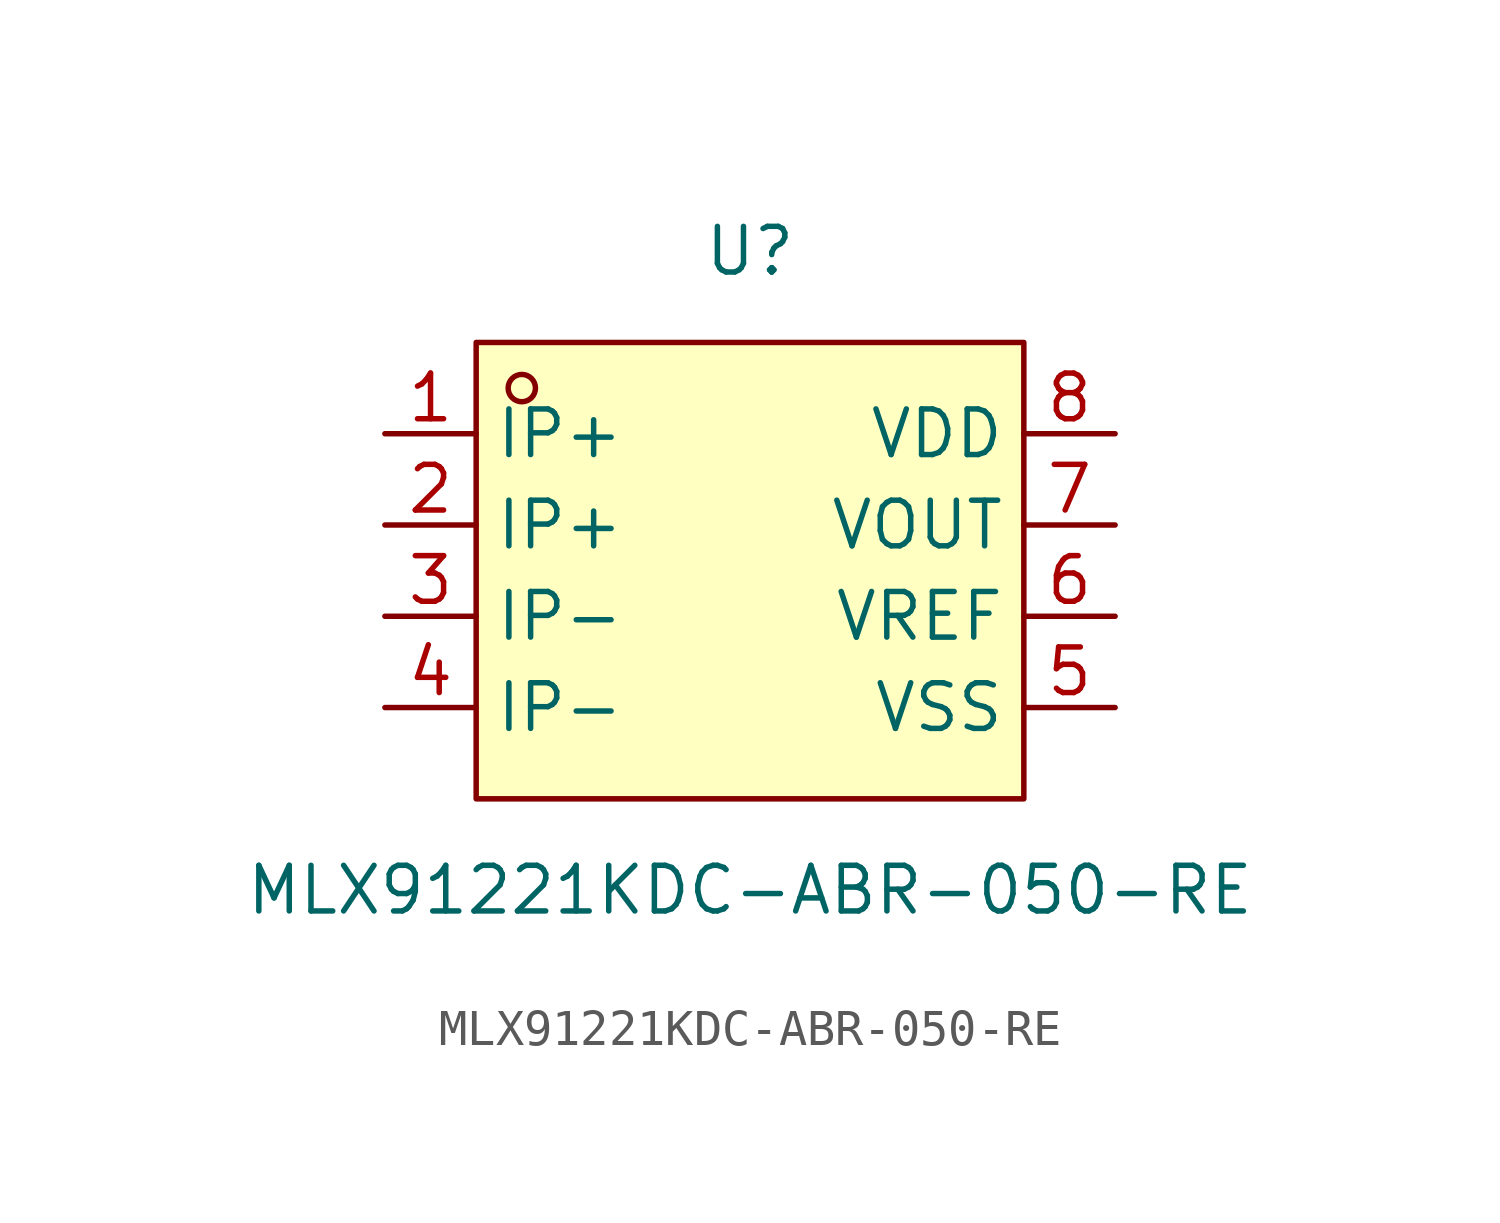
<source format=kicad_sym>
(kicad_symbol_lib
  (version 20211014)
  (generator https://github.com/uPesy/easyeda2kicad.py)
  (symbol "MLX91221KDC-ABR-050-RE"
    (property "Reference" "U"
      (at 0 10.16 0)
      (effects (font (size 1.27 1.27))))
    (property "Value" "MLX91221KDC-ABR-050-RE"
      (at 0 -7.62 0)
      (effects (font (size 1.27 1.27))))
    (symbol "MLX91221KDC-ABR-050-RE_0_1"
      (rectangle (start -7.62 7.62) (end 7.62 -5.08) (stroke (width 0) (type default) (color 0 0 0 0)) (fill (type background)))
      (circle (center -6.35 6.35) (radius 0.38) (stroke (width 0) (type default) (color 0 0 0 0)) (fill (type none)))
      (pin unspecified line (at 10.16 5.08 180) (length 2.54) (name "VDD" (effects (font (size 1.27 1.27)))) (number "8" (effects (font (size 1.27 1.27)))))
      (pin unspecified line (at 10.16 2.54 180) (length 2.54) (name "VOUT" (effects (font (size 1.27 1.27)))) (number "7" (effects (font (size 1.27 1.27)))))
      (pin unspecified line (at 10.16 -0.00 180) (length 2.54) (name "VREF" (effects (font (size 1.27 1.27)))) (number "6" (effects (font (size 1.27 1.27)))))
      (pin unspecified line (at 10.16 -2.54 180) (length 2.54) (name "VSS" (effects (font (size 1.27 1.27)))) (number "5" (effects (font (size 1.27 1.27)))))
      (pin unspecified line (at -10.16 -2.54 0) (length 2.54) (name "IP-" (effects (font (size 1.27 1.27)))) (number "4" (effects (font (size 1.27 1.27)))))
      (pin unspecified line (at -10.16 -0.00 0) (length 2.54) (name "IP-" (effects (font (size 1.27 1.27)))) (number "3" (effects (font (size 1.27 1.27)))))
      (pin unspecified line (at -10.16 2.54 0) (length 2.54) (name "IP+" (effects (font (size 1.27 1.27)))) (number "2" (effects (font (size 1.27 1.27)))))
      (pin unspecified line (at -10.16 5.08 0) (length 2.54) (name "IP+" (effects (font (size 1.27 1.27)))) (number "1" (effects (font (size 1.27 1.27))))))))
</source>
